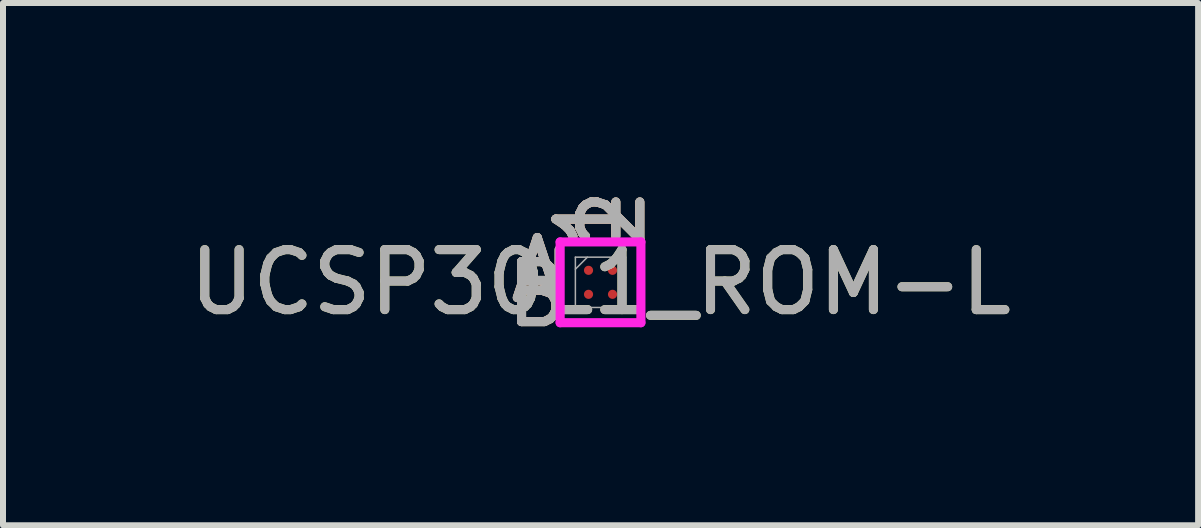
<source format=kicad_pcb>
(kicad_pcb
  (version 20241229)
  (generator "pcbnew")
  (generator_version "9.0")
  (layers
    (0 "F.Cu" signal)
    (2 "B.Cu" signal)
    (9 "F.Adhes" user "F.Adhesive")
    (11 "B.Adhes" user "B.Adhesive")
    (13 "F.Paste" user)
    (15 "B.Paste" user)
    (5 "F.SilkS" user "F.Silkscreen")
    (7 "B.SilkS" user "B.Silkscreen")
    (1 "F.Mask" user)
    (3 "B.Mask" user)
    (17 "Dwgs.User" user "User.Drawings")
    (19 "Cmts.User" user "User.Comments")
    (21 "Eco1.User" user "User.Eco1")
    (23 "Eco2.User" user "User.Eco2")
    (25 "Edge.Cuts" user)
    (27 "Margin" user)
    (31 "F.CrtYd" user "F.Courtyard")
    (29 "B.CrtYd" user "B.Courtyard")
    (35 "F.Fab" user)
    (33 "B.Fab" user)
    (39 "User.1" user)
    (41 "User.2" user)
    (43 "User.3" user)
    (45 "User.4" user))
  (footprint "UCSP30L1_ROM-L"
    (layer "F.Cu")
    (at 6.958 1.655)
    (property "Reference" "UCSP30L1_ROM-L" (at 0 0 0) (unlocked yes) (layer "F.SilkS") (effects (font (size 1 1) (thickness 0.15))))
    (attr smd)
    (fp_poly (pts (xy -0.845 -0.845) (xy 0.845 -0.845) (xy 0.845 0.845) (xy -0.845 0.845)) (stroke (width 0.1) (type solid)) (fill no) (layer "Eco2.User"))
    (fp_line (start -0.673 -0.673) (end 0.673 -0.673) (stroke (width 0.152) (type solid)) (layer "F.CrtYd"))
    (fp_line (start -0.673 0.673) (end -0.673 -0.673) (stroke (width 0.152) (type solid)) (layer "F.CrtYd"))
    (fp_line (start 0.673 -0.673) (end 0.673 0.673) (stroke (width 0.152) (type solid)) (layer "F.CrtYd"))
    (fp_line (start 0.673 0.673) (end -0.673 0.673) (stroke (width 0.152) (type solid)) (layer "F.CrtYd"))
    (fp_line (start -0.419 -0.419) (end -0.419 0.419) (stroke (width 0.025) (type solid)) (layer "F.Fab"))
    (fp_line (start -0.419 0.419) (end 0.419 0.419) (stroke (width 0.025) (type solid)) (layer "F.Fab"))
    (fp_line (start -0.219 -0.419) (end -0.419 -0.219) (stroke (width 0.025) (type solid)) (layer "F.Fab"))
    (fp_line (start 0.419 -0.419) (end -0.419 -0.419) (stroke (width 0.025) (type solid)) (layer "F.Fab"))
    (fp_line (start 0.419 0.419) (end 0.419 -0.419) (stroke (width 0.025) (type solid)) (layer "F.Fab"))
    (fp_text user "A" (at -1.054 -0.2 0) (unlocked yes) (layer "F.SilkS") (effects (font (size 1 1) (thickness 0.15))))
    (fp_text user "2" (at 0.2 -1.054 90) (unlocked yes) (layer "F.SilkS") (effects (font (size 1 1) (thickness 0.15))))
    (fp_text user "1" (at -0.2 -1.054 90) (unlocked yes) (layer "F.SilkS") (effects (font (size 1 1) (thickness 0.15))))
    (fp_text user "B" (at -1.054 0.2 0) (unlocked yes) (layer "F.SilkS") (effects (font (size 1 1) (thickness 0.15))))
    (fp_text user "A" (at -1.054 -0.2 0) (unlocked yes) (layer "B.SilkS") (effects (font (size 1 1) (thickness 0.15))))
    (fp_text user "B" (at -1.054 0.2 0) (unlocked yes) (layer "B.SilkS") (effects (font (size 1 1) (thickness 0.15))))
    (fp_text user "2" (at 0.2 -1.054 90) (unlocked yes) (layer "B.SilkS") (effects (font (size 1 1) (thickness 0.15))))
    (fp_text user "1" (at -0.2 -1.054 90) (unlocked yes) (layer "B.SilkS") (effects (font (size 1 1) (thickness 0.15))))
    (fp_text user "B" (at -1.054 0.2 0) (unlocked yes) (layer "F.Fab") (effects (font (size 1 1) (thickness 0.15))))
    (fp_text user "A" (at -1.054 -0.2 0) (unlocked yes) (layer "F.Fab") (effects (font (size 1 1) (thickness 0.15))))
    (fp_text user "1" (at -0.2 -1.054 90) (unlocked yes) (layer "F.Fab") (effects (font (size 1 1) (thickness 0.15))))
    (fp_text user "2" (at 0.2 -1.054 90) (unlocked yes) (layer "F.Fab") (effects (font (size 1 1) (thickness 0.15))))
    (fp_text user "${REFERENCE}" (at 0 0 0) (unlocked yes) (layer "F.Fab") (effects (font (size 1 1) (thickness 0.15))))
    (pad "A1" smd circle (at -0.2 -0.2) (size 0.152 0.152) (layers "F.Cu" "F.Mask" "F.Paste"))
    (pad "A2" smd circle (at 0.2 -0.2) (size 0.152 0.152) (layers "F.Cu" "F.Mask" "F.Paste"))
    (pad "B1" smd circle (at -0.2 0.2) (size 0.152 0.152) (layers "F.Cu" "F.Mask" "F.Paste"))
    (pad "B2" smd circle (at 0.2 0.2) (size 0.152 0.152) (layers "F.Cu" "F.Mask" "F.Paste")))
  (gr_rect
    (start -3 -3)
    (end 16.917 5.704)
    (stroke (width 0.1) (type default))
    (fill no)
    (layer "Edge.Cuts")))
</source>
